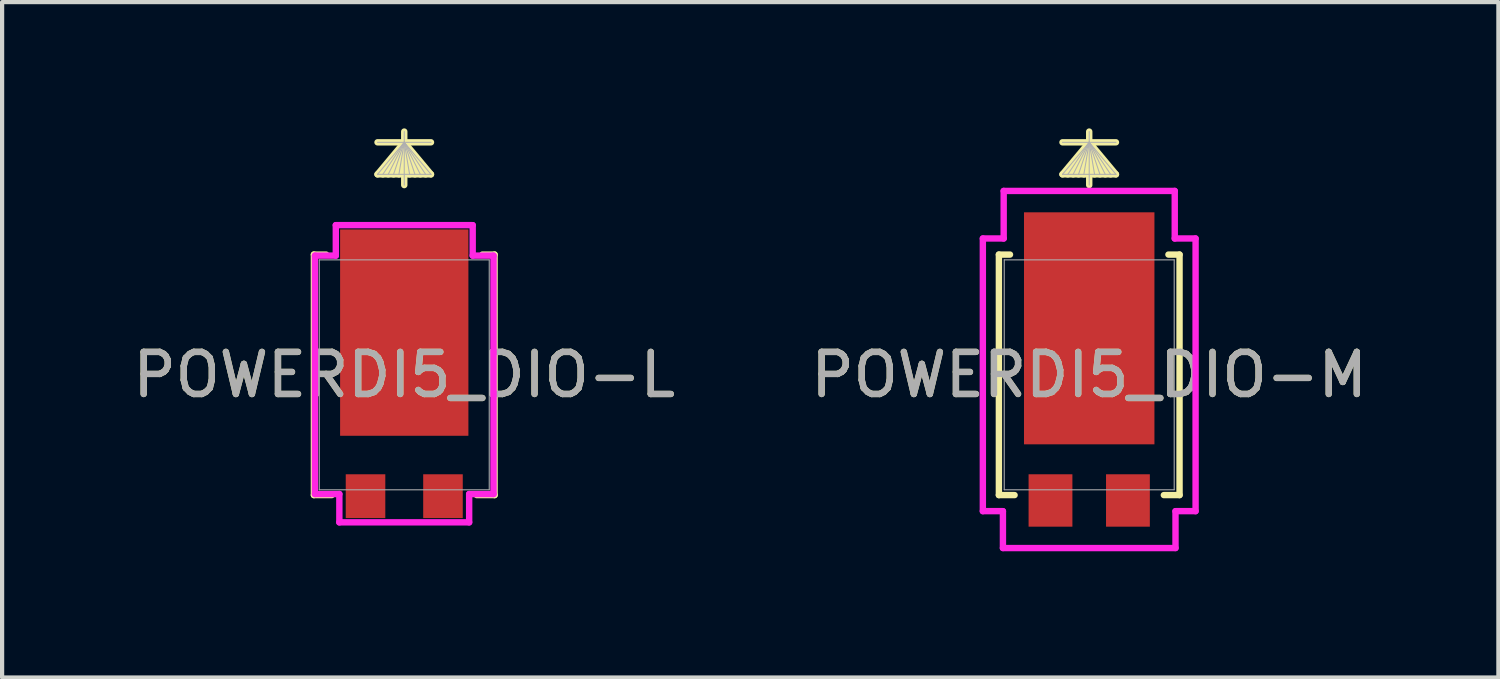
<source format=kicad_pcb>
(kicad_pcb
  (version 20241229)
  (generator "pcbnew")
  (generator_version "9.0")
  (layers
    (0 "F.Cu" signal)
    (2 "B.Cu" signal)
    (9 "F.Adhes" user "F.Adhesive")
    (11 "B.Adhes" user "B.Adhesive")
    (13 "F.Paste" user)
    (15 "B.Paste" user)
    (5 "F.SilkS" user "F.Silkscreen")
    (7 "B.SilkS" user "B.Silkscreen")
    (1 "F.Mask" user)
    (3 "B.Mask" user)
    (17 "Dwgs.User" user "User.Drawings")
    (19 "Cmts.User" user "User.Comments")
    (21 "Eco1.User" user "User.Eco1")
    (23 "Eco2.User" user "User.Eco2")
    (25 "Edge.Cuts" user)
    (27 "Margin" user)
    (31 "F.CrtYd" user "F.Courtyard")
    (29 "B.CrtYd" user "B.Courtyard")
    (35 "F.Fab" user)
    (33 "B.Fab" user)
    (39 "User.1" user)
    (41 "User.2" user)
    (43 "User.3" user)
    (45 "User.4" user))
  (footprint "POWERDI5_DIO-L"
    (layer "F.Cu")
    (at 6.554 5.855)
    (property "Reference" "POWERDI5_DIO-L" (at 0 0 0) (unlocked yes) (layer "F.SilkS") (effects (font (size 1 1) (thickness 0.15))))
    (attr smd)
    (fp_line (start -2.146 -2.857) (end -2.146 2.857) (stroke (width 0.152) (type solid)) (layer "F.SilkS"))
    (fp_line (start -2.146 2.857) (end -1.723 2.857) (stroke (width 0.152) (type solid)) (layer "F.SilkS"))
    (fp_line (start -1.857 -2.857) (end -2.146 -2.857) (stroke (width 0.152) (type solid)) (layer "F.SilkS"))
    (fp_line (start 0 -5.524) (end -0.635 -4.763) (stroke (width 0.152) (type solid)) (layer "F.SilkS"))
    (fp_line (start 0 -5.524) (end -0.508 -4.763) (stroke (width 0.152) (type solid)) (layer "F.SilkS"))
    (fp_line (start 0 -5.524) (end -0.381 -4.763) (stroke (width 0.152) (type solid)) (layer "F.SilkS"))
    (fp_line (start 0 -5.524) (end -0.254 -4.763) (stroke (width 0.152) (type solid)) (layer "F.SilkS"))
    (fp_line (start 0 -5.524) (end -0.127 -4.763) (stroke (width 0.152) (type solid)) (layer "F.SilkS"))
    (fp_line (start 0 -5.524) (end 0.127 -4.763) (stroke (width 0.152) (type solid)) (layer "F.SilkS"))
    (fp_line (start 0 -5.524) (end 0.254 -4.763) (stroke (width 0.152) (type solid)) (layer "F.SilkS"))
    (fp_line (start 0 -5.524) (end 0.381 -4.763) (stroke (width 0.152) (type solid)) (layer "F.SilkS"))
    (fp_line (start 0 -5.524) (end 0.508 -4.763) (stroke (width 0.152) (type solid)) (layer "F.SilkS"))
    (fp_line (start 0 -5.524) (end 0.635 -4.763) (stroke (width 0.152) (type solid)) (layer "F.SilkS"))
    (fp_line (start 0 -4.508) (end 0 -5.779) (stroke (width 0.152) (type solid)) (layer "F.SilkS"))
    (fp_line (start 0.635 -5.524) (end -0.635 -5.524) (stroke (width 0.152) (type solid)) (layer "F.SilkS"))
    (fp_line (start 0.635 -4.763) (end -0.635 -4.763) (stroke (width 0.152) (type solid)) (layer "F.SilkS"))
    (fp_line (start 1.723 2.857) (end 2.146 2.857) (stroke (width 0.152) (type solid)) (layer "F.SilkS"))
    (fp_line (start 2.146 -2.857) (end 1.857 -2.857) (stroke (width 0.152) (type solid)) (layer "F.SilkS"))
    (fp_line (start 2.146 2.857) (end 2.146 -2.857) (stroke (width 0.152) (type solid)) (layer "F.SilkS"))
    (fp_line (start -2.121 -2.832) (end -1.626 -2.832) (stroke (width 0.152) (type solid)) (layer "F.CrtYd"))
    (fp_line (start -2.121 2.832) (end -2.121 -2.832) (stroke (width 0.152) (type solid)) (layer "F.CrtYd"))
    (fp_line (start -1.626 -3.556) (end -1.626 -2.832) (stroke (width 0.152) (type solid)) (layer "F.CrtYd"))
    (fp_line (start -1.626 -3.556) (end 1.626 -3.556) (stroke (width 0.152) (type solid)) (layer "F.CrtYd"))
    (fp_line (start -1.542 2.832) (end -2.121 2.832) (stroke (width 0.152) (type solid)) (layer "F.CrtYd"))
    (fp_line (start -1.542 2.832) (end -1.542 3.505) (stroke (width 0.152) (type solid)) (layer "F.CrtYd"))
    (fp_line (start -1.542 3.505) (end 1.542 3.505) (stroke (width 0.152) (type solid)) (layer "F.CrtYd"))
    (fp_line (start 1.542 2.832) (end 1.542 3.505) (stroke (width 0.152) (type solid)) (layer "F.CrtYd"))
    (fp_line (start 1.626 -3.556) (end 1.626 -2.832) (stroke (width 0.152) (type solid)) (layer "F.CrtYd"))
    (fp_line (start 2.121 -2.832) (end 1.626 -2.832) (stroke (width 0.152) (type solid)) (layer "F.CrtYd"))
    (fp_line (start 2.121 -2.832) (end 2.121 2.832) (stroke (width 0.152) (type solid)) (layer "F.CrtYd"))
    (fp_line (start 2.121 2.832) (end 1.542 2.832) (stroke (width 0.152) (type solid)) (layer "F.CrtYd"))
    (fp_line (start -2.019 -2.731) (end -2.019 2.731) (stroke (width 0.025) (type solid)) (layer "F.Fab"))
    (fp_line (start -2.019 2.731) (end 2.019 2.731) (stroke (width 0.025) (type solid)) (layer "F.Fab"))
    (fp_line (start 0 -5.524) (end -0.635 -4.763) (stroke (width 0.025) (type solid)) (layer "F.Fab"))
    (fp_line (start 0 -5.524) (end -0.508 -4.763) (stroke (width 0.025) (type solid)) (layer "F.Fab"))
    (fp_line (start 0 -5.524) (end -0.381 -4.763) (stroke (width 0.025) (type solid)) (layer "F.Fab"))
    (fp_line (start 0 -5.524) (end -0.254 -4.763) (stroke (width 0.025) (type solid)) (layer "F.Fab"))
    (fp_line (start 0 -5.524) (end -0.127 -4.763) (stroke (width 0.025) (type solid)) (layer "F.Fab"))
    (fp_line (start 0 -5.524) (end 0.127 -4.763) (stroke (width 0.025) (type solid)) (layer "F.Fab"))
    (fp_line (start 0 -5.524) (end 0.254 -4.763) (stroke (width 0.025) (type solid)) (layer "F.Fab"))
    (fp_line (start 0 -5.524) (end 0.381 -4.763) (stroke (width 0.025) (type solid)) (layer "F.Fab"))
    (fp_line (start 0 -5.524) (end 0.508 -4.763) (stroke (width 0.025) (type solid)) (layer "F.Fab"))
    (fp_line (start 0 -5.524) (end 0.635 -4.763) (stroke (width 0.025) (type solid)) (layer "F.Fab"))
    (fp_line (start 0 -4.508) (end 0 -5.779) (stroke (width 0.025) (type solid)) (layer "F.Fab"))
    (fp_line (start 0.635 -5.524) (end -0.635 -5.524) (stroke (width 0.025) (type solid)) (layer "F.Fab"))
    (fp_line (start 0.635 -4.763) (end -0.635 -4.763) (stroke (width 0.025) (type solid)) (layer "F.Fab"))
    (fp_line (start 2.019 -2.731) (end -2.019 -2.731) (stroke (width 0.025) (type solid)) (layer "F.Fab"))
    (fp_line (start 2.019 2.731) (end 2.019 -2.731) (stroke (width 0.025) (type solid)) (layer "F.Fab"))
    (fp_text user "${REFERENCE}" (at 0 0 0) (unlocked yes) (layer "F.Fab") (effects (font (size 1 1) (thickness 0.15))))
    (pad "1" smd rect (at -0.92 2.883 90) (size 1.041 0.94) (layers "F.Cu" "F.Mask" "F.Paste"))
    (pad "2" smd rect (at 0.92 2.883 90) (size 1.041 0.94) (layers "F.Cu" "F.Mask" "F.Paste"))
    (pad "3" smd rect (at 0 -1.003 90) (size 4.902 3.048) (layers "F.Cu" "F.Mask" "F.Paste")))
  (footprint "POWERDI5_DIO-M"
    (layer "F.Cu")
    (at 22.827 5.855)
    (property "Reference" "POWERDI5_DIO-M" (at 0 0 0) (unlocked yes) (layer "F.SilkS") (effects (font (size 1 1) (thickness 0.15))))
    (attr smd)
    (fp_line (start -2.146 -2.857) (end -2.146 2.857) (stroke (width 0.152) (type solid)) (layer "F.SilkS"))
    (fp_line (start -2.146 2.857) (end -1.773 2.857) (stroke (width 0.152) (type solid)) (layer "F.SilkS"))
    (fp_line (start -1.882 -2.857) (end -2.146 -2.857) (stroke (width 0.152) (type solid)) (layer "F.SilkS"))
    (fp_line (start 0 -5.524) (end -0.635 -4.763) (stroke (width 0.152) (type solid)) (layer "F.SilkS"))
    (fp_line (start 0 -5.524) (end -0.508 -4.763) (stroke (width 0.152) (type solid)) (layer "F.SilkS"))
    (fp_line (start 0 -5.524) (end -0.381 -4.763) (stroke (width 0.152) (type solid)) (layer "F.SilkS"))
    (fp_line (start 0 -5.524) (end -0.254 -4.763) (stroke (width 0.152) (type solid)) (layer "F.SilkS"))
    (fp_line (start 0 -5.524) (end -0.127 -4.763) (stroke (width 0.152) (type solid)) (layer "F.SilkS"))
    (fp_line (start 0 -5.524) (end 0.127 -4.763) (stroke (width 0.152) (type solid)) (layer "F.SilkS"))
    (fp_line (start 0 -5.524) (end 0.254 -4.763) (stroke (width 0.152) (type solid)) (layer "F.SilkS"))
    (fp_line (start 0 -5.524) (end 0.381 -4.763) (stroke (width 0.152) (type solid)) (layer "F.SilkS"))
    (fp_line (start 0 -5.524) (end 0.508 -4.763) (stroke (width 0.152) (type solid)) (layer "F.SilkS"))
    (fp_line (start 0 -5.524) (end 0.635 -4.763) (stroke (width 0.152) (type solid)) (layer "F.SilkS"))
    (fp_line (start 0 -4.508) (end 0 -5.779) (stroke (width 0.152) (type solid)) (layer "F.SilkS"))
    (fp_line (start 0.635 -5.524) (end -0.635 -5.524) (stroke (width 0.152) (type solid)) (layer "F.SilkS"))
    (fp_line (start 0.635 -4.763) (end -0.635 -4.763) (stroke (width 0.152) (type solid)) (layer "F.SilkS"))
    (fp_line (start 1.773 2.857) (end 2.146 2.857) (stroke (width 0.152) (type solid)) (layer "F.SilkS"))
    (fp_line (start 2.146 -2.857) (end 1.882 -2.857) (stroke (width 0.152) (type solid)) (layer "F.SilkS"))
    (fp_line (start 2.146 2.857) (end 2.146 -2.857) (stroke (width 0.152) (type solid)) (layer "F.SilkS"))
    (fp_line (start -2.527 -3.239) (end -2.032 -3.239) (stroke (width 0.152) (type solid)) (layer "F.CrtYd"))
    (fp_line (start -2.527 3.239) (end -2.527 -3.239) (stroke (width 0.152) (type solid)) (layer "F.CrtYd"))
    (fp_line (start -2.05 3.239) (end -2.527 3.239) (stroke (width 0.152) (type solid)) (layer "F.CrtYd"))
    (fp_line (start -2.05 3.239) (end -2.05 4.115) (stroke (width 0.152) (type solid)) (layer "F.CrtYd"))
    (fp_line (start -2.05 4.115) (end 2.05 4.115) (stroke (width 0.152) (type solid)) (layer "F.CrtYd"))
    (fp_line (start -2.032 -4.369) (end -2.032 -3.239) (stroke (width 0.152) (type solid)) (layer "F.CrtYd"))
    (fp_line (start -2.032 -4.369) (end 2.032 -4.369) (stroke (width 0.152) (type solid)) (layer "F.CrtYd"))
    (fp_line (start 2.032 -4.369) (end 2.032 -3.239) (stroke (width 0.152) (type solid)) (layer "F.CrtYd"))
    (fp_line (start 2.05 3.239) (end 2.05 4.115) (stroke (width 0.152) (type solid)) (layer "F.CrtYd"))
    (fp_line (start 2.527 -3.239) (end 2.032 -3.239) (stroke (width 0.152) (type solid)) (layer "F.CrtYd"))
    (fp_line (start 2.527 -3.239) (end 2.527 3.239) (stroke (width 0.152) (type solid)) (layer "F.CrtYd"))
    (fp_line (start 2.527 3.239) (end 2.05 3.239) (stroke (width 0.152) (type solid)) (layer "F.CrtYd"))
    (fp_line (start -2.019 -2.731) (end -2.019 2.731) (stroke (width 0.025) (type solid)) (layer "F.Fab"))
    (fp_line (start -2.019 2.731) (end 2.019 2.731) (stroke (width 0.025) (type solid)) (layer "F.Fab"))
    (fp_line (start 0 -5.524) (end -0.635 -4.763) (stroke (width 0.025) (type solid)) (layer "F.Fab"))
    (fp_line (start 0 -5.524) (end -0.508 -4.763) (stroke (width 0.025) (type solid)) (layer "F.Fab"))
    (fp_line (start 0 -5.524) (end -0.381 -4.763) (stroke (width 0.025) (type solid)) (layer "F.Fab"))
    (fp_line (start 0 -5.524) (end -0.254 -4.763) (stroke (width 0.025) (type solid)) (layer "F.Fab"))
    (fp_line (start 0 -5.524) (end -0.127 -4.763) (stroke (width 0.025) (type solid)) (layer "F.Fab"))
    (fp_line (start 0 -5.524) (end 0.127 -4.763) (stroke (width 0.025) (type solid)) (layer "F.Fab"))
    (fp_line (start 0 -5.524) (end 0.254 -4.763) (stroke (width 0.025) (type solid)) (layer "F.Fab"))
    (fp_line (start 0 -5.524) (end 0.381 -4.763) (stroke (width 0.025) (type solid)) (layer "F.Fab"))
    (fp_line (start 0 -5.524) (end 0.508 -4.763) (stroke (width 0.025) (type solid)) (layer "F.Fab"))
    (fp_line (start 0 -5.524) (end 0.635 -4.763) (stroke (width 0.025) (type solid)) (layer "F.Fab"))
    (fp_line (start 0 -4.508) (end 0 -5.779) (stroke (width 0.025) (type solid)) (layer "F.Fab"))
    (fp_line (start 0.635 -5.524) (end -0.635 -5.524) (stroke (width 0.025) (type solid)) (layer "F.Fab"))
    (fp_line (start 0.635 -4.763) (end -0.635 -4.763) (stroke (width 0.025) (type solid)) (layer "F.Fab"))
    (fp_line (start 2.019 -2.731) (end -2.019 -2.731) (stroke (width 0.025) (type solid)) (layer "F.Fab"))
    (fp_line (start 2.019 2.731) (end 2.019 -2.731) (stroke (width 0.025) (type solid)) (layer "F.Fab"))
    (fp_text user "${REFERENCE}" (at 0 0 0) (unlocked yes) (layer "F.Fab") (effects (font (size 1 1) (thickness 0.15))))
    (pad "1" smd rect (at -0.92 2.985 90) (size 1.245 1.041) (layers "F.Cu" "F.Mask" "F.Paste"))
    (pad "2" smd rect (at 0.92 2.985 90) (size 1.245 1.041) (layers "F.Cu" "F.Mask" "F.Paste"))
    (pad "3" smd rect (at 0 -1.105 90) (size 5.512 3.099) (layers "F.Cu" "F.Mask" "F.Paste")))
  (gr_rect
    (start -3 -3)
    (end 32.548 13.046)
    (stroke (width 0.1) (type default))
    (fill no)
    (layer "Edge.Cuts")))
</source>
